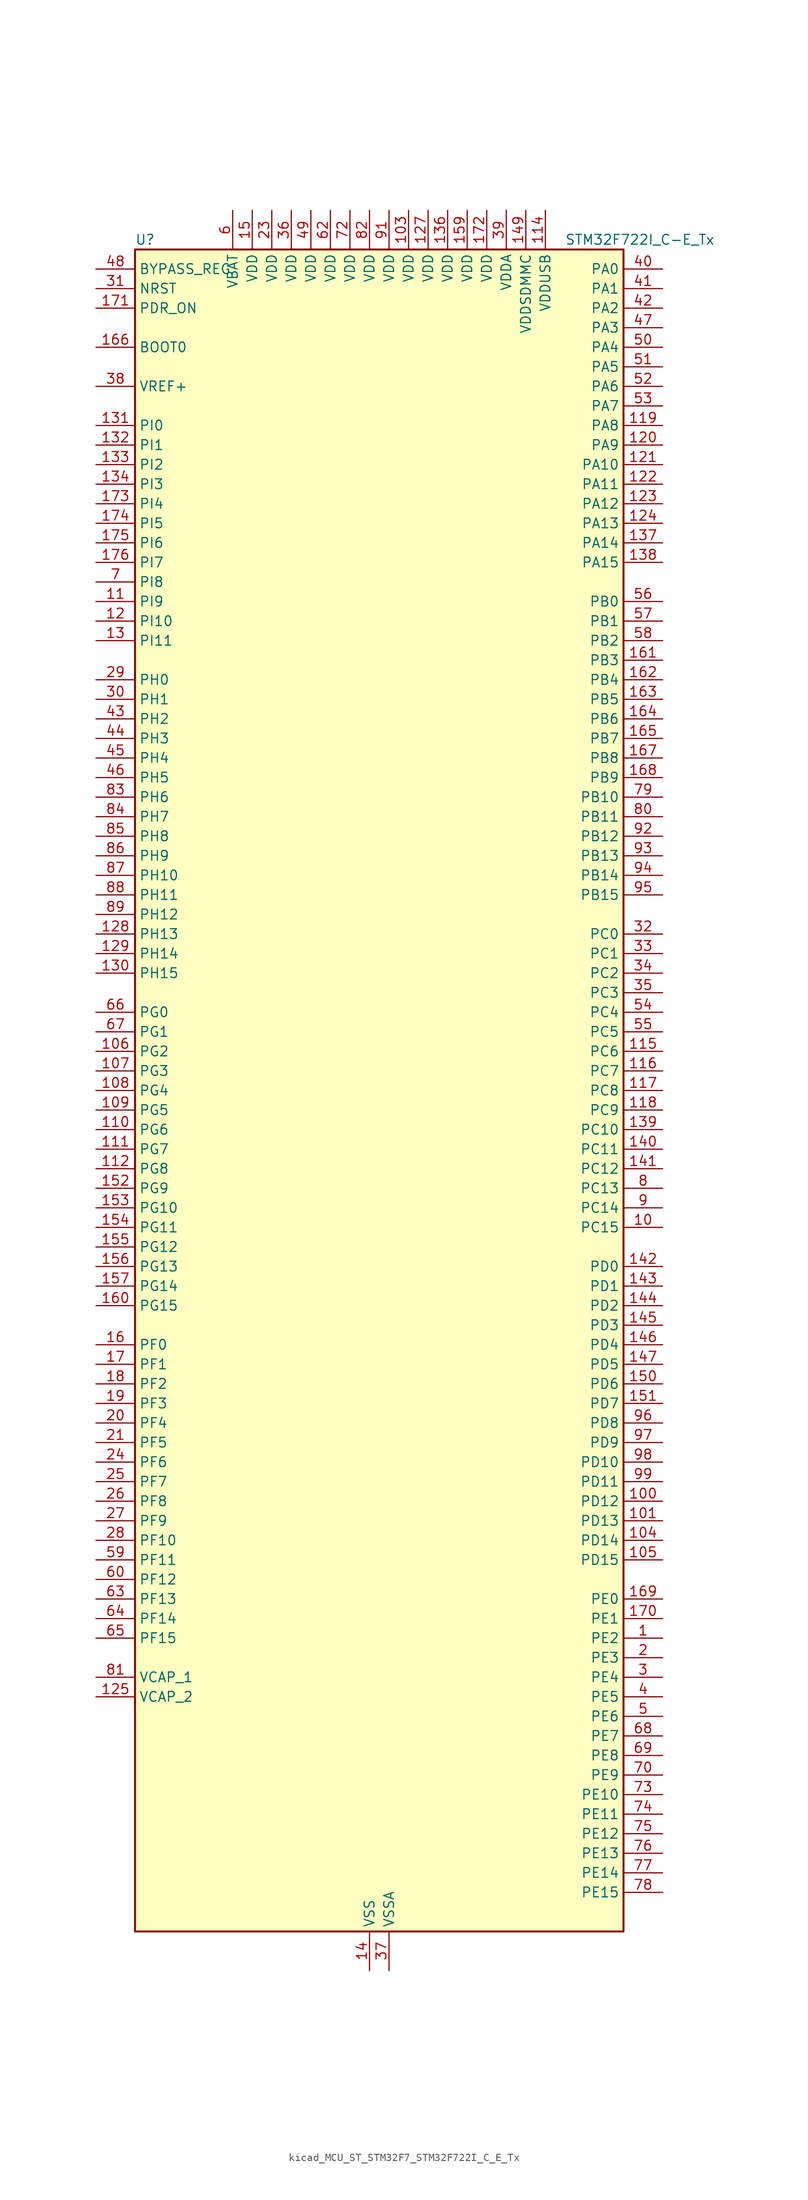
<source format=kicad_sym>
(kicad_symbol_lib
  (version 20220914)
  (generator kicad_symbol_editor)
  (symbol "kicad_MCU_ST_STM32F7_STM32F722I_C_E_Tx"
    (property "Reference" "U"
      (at -30.48 110.49 0)
      (effects (font (size 1.27 1.27)) (justify left)))
    (property "Value" "STM32F722I_C-E_Tx"
      (at 25.4 110.49 0)
      (effects (font (size 1.27 1.27)) (justify left)))
    (property "ki_locked" ""
      (at 0 0 0)
      (effects (font (size 1.27 1.27))))
    (symbol "kicad_MCU_ST_STM32F7_STM32F722I_C_E_Tx_0_1"
      (rectangle (start -30.48 -109.22) (end 33.02 109.22) (stroke (width 0.254) (type default)) (fill (type background))))
    (symbol "kicad_MCU_ST_STM32F7_STM32F722I_C_E_Tx_1_1"
      (pin bidirectional line (at 38.1 -71.12 180) (length 5.08) (name "PE2" (effects (font (size 1.27 1.27)))) (number "1" (effects (font (size 1.27 1.27)))) (alternate "FMC_A23" bidirectional line) (alternate "QUADSPI_BK1_IO2" bidirectional line) (alternate "SAI1_MCLK_A" bidirectional line) (alternate "SPI4_SCK" bidirectional line) (alternate "SYS_TRACECLK" bidirectional line))
      (pin bidirectional line (at 38.1 -17.78 180) (length 5.08) (name "PC15" (effects (font (size 1.27 1.27)))) (number "10" (effects (font (size 1.27 1.27)))) (alternate "RCC_OSC32_OUT" bidirectional line))
      (pin bidirectional line (at 38.1 -53.34 180) (length 5.08) (name "PD12" (effects (font (size 1.27 1.27)))) (number "100" (effects (font (size 1.27 1.27)))) (alternate "FMC_A17" bidirectional line) (alternate "FMC_ALE" bidirectional line) (alternate "LPTIM1_IN1" bidirectional line) (alternate "QUADSPI_BK1_IO1" bidirectional line) (alternate "SAI2_FS_A" bidirectional line) (alternate "TIM4_CH1" bidirectional line) (alternate "USART3_DE" bidirectional line) (alternate "USART3_RTS" bidirectional line))
      (pin bidirectional line (at 38.1 -55.88 180) (length 5.08) (name "PD13" (effects (font (size 1.27 1.27)))) (number "101" (effects (font (size 1.27 1.27)))) (alternate "FMC_A18" bidirectional line) (alternate "LPTIM1_OUT" bidirectional line) (alternate "QUADSPI_BK1_IO3" bidirectional line) (alternate "SAI2_SCK_A" bidirectional line) (alternate "TIM4_CH2" bidirectional line))
      (pin passive line (at 0 -114.3 90) (length 5.08) hide (name "VSS" (effects (font (size 1.27 1.27)))) (number "102" (effects (font (size 1.27 1.27)))))
      (pin power_in line (at 5.08 114.3 270) (length 5.08) (name "VDD" (effects (font (size 1.27 1.27)))) (number "103" (effects (font (size 1.27 1.27)))))
      (pin bidirectional line (at 38.1 -58.42 180) (length 5.08) (name "PD14" (effects (font (size 1.27 1.27)))) (number "104" (effects (font (size 1.27 1.27)))) (alternate "FMC_D0" bidirectional line) (alternate "FMC_DA0" bidirectional line) (alternate "TIM4_CH3" bidirectional line) (alternate "UART8_CTS" bidirectional line))
      (pin bidirectional line (at 38.1 -60.96 180) (length 5.08) (name "PD15" (effects (font (size 1.27 1.27)))) (number "105" (effects (font (size 1.27 1.27)))) (alternate "FMC_D1" bidirectional line) (alternate "FMC_DA1" bidirectional line) (alternate "TIM4_CH4" bidirectional line) (alternate "UART8_DE" bidirectional line) (alternate "UART8_RTS" bidirectional line))
      (pin bidirectional line (at -35.56 5.08 0) (length 5.08) (name "PG2" (effects (font (size 1.27 1.27)))) (number "106" (effects (font (size 1.27 1.27)))) (alternate "FMC_A12" bidirectional line))
      (pin bidirectional line (at -35.56 2.54 0) (length 5.08) (name "PG3" (effects (font (size 1.27 1.27)))) (number "107" (effects (font (size 1.27 1.27)))) (alternate "FMC_A13" bidirectional line))
      (pin bidirectional line (at -35.56 0 0) (length 5.08) (name "PG4" (effects (font (size 1.27 1.27)))) (number "108" (effects (font (size 1.27 1.27)))) (alternate "FMC_A14" bidirectional line) (alternate "FMC_BA0" bidirectional line))
      (pin bidirectional line (at -35.56 -2.54 0) (length 5.08) (name "PG5" (effects (font (size 1.27 1.27)))) (number "109" (effects (font (size 1.27 1.27)))) (alternate "FMC_A15" bidirectional line) (alternate "FMC_BA1" bidirectional line))
      (pin bidirectional line (at -35.56 63.5 0) (length 5.08) (name "PI9" (effects (font (size 1.27 1.27)))) (number "11" (effects (font (size 1.27 1.27)))) (alternate "CAN1_RX" bidirectional line) (alternate "DAC_EXTI9" bidirectional line) (alternate "FMC_D30" bidirectional line) (alternate "UART4_RX" bidirectional line))
      (pin bidirectional line (at -35.56 -5.08 0) (length 5.08) (name "PG6" (effects (font (size 1.27 1.27)))) (number "110" (effects (font (size 1.27 1.27)))))
      (pin bidirectional line (at -35.56 -7.62 0) (length 5.08) (name "PG7" (effects (font (size 1.27 1.27)))) (number "111" (effects (font (size 1.27 1.27)))) (alternate "FMC_INT" bidirectional line) (alternate "USART6_CK" bidirectional line))
      (pin bidirectional line (at -35.56 -10.16 0) (length 5.08) (name "PG8" (effects (font (size 1.27 1.27)))) (number "112" (effects (font (size 1.27 1.27)))) (alternate "FMC_SDCLK" bidirectional line) (alternate "USART6_DE" bidirectional line) (alternate "USART6_RTS" bidirectional line))
      (pin passive line (at 0 -114.3 90) (length 5.08) hide (name "VSS" (effects (font (size 1.27 1.27)))) (number "113" (effects (font (size 1.27 1.27)))))
      (pin power_in line (at 22.86 114.3 270) (length 5.08) (name "VDDUSB" (effects (font (size 1.27 1.27)))) (number "114" (effects (font (size 1.27 1.27)))))
      (pin bidirectional line (at 38.1 5.08 180) (length 5.08) (name "PC6" (effects (font (size 1.27 1.27)))) (number "115" (effects (font (size 1.27 1.27)))) (alternate "I2S2_MCK" bidirectional line) (alternate "SDMMC1_D6" bidirectional line) (alternate "SDMMC2_D6" bidirectional line) (alternate "TIM3_CH1" bidirectional line) (alternate "TIM8_CH1" bidirectional line) (alternate "USART6_TX" bidirectional line))
      (pin bidirectional line (at 38.1 2.54 180) (length 5.08) (name "PC7" (effects (font (size 1.27 1.27)))) (number "116" (effects (font (size 1.27 1.27)))) (alternate "I2S3_MCK" bidirectional line) (alternate "SDMMC1_D7" bidirectional line) (alternate "SDMMC2_D7" bidirectional line) (alternate "TIM3_CH2" bidirectional line) (alternate "TIM8_CH2" bidirectional line) (alternate "USART6_RX" bidirectional line))
      (pin bidirectional line (at 38.1 0 180) (length 5.08) (name "PC8" (effects (font (size 1.27 1.27)))) (number "117" (effects (font (size 1.27 1.27)))) (alternate "SDMMC1_D0" bidirectional line) (alternate "SYS_TRACED1" bidirectional line) (alternate "TIM3_CH3" bidirectional line) (alternate "TIM8_CH3" bidirectional line) (alternate "UART5_DE" bidirectional line) (alternate "UART5_RTS" bidirectional line) (alternate "USART6_CK" bidirectional line))
      (pin bidirectional line (at 38.1 -2.54 180) (length 5.08) (name "PC9" (effects (font (size 1.27 1.27)))) (number "118" (effects (font (size 1.27 1.27)))) (alternate "DAC_EXTI9" bidirectional line) (alternate "I2C3_SDA" bidirectional line) (alternate "I2S_CKIN" bidirectional line) (alternate "QUADSPI_BK1_IO0" bidirectional line) (alternate "RCC_MCO_2" bidirectional line) (alternate "SDMMC1_D1" bidirectional line) (alternate "TIM3_CH4" bidirectional line) (alternate "TIM8_CH4" bidirectional line) (alternate "UART5_CTS" bidirectional line))
      (pin bidirectional line (at 38.1 86.36 180) (length 5.08) (name "PA8" (effects (font (size 1.27 1.27)))) (number "119" (effects (font (size 1.27 1.27)))) (alternate "I2C3_SCL" bidirectional line) (alternate "RCC_MCO_1" bidirectional line) (alternate "TIM1_CH1" bidirectional line) (alternate "TIM8_BKIN2" bidirectional line) (alternate "USART1_CK" bidirectional line) (alternate "USB_OTG_FS_SOF" bidirectional line))
      (pin bidirectional line (at -35.56 60.96 0) (length 5.08) (name "PI10" (effects (font (size 1.27 1.27)))) (number "12" (effects (font (size 1.27 1.27)))) (alternate "FMC_D31" bidirectional line))
      (pin bidirectional line (at 38.1 83.82 180) (length 5.08) (name "PA9" (effects (font (size 1.27 1.27)))) (number "120" (effects (font (size 1.27 1.27)))) (alternate "DAC_EXTI9" bidirectional line) (alternate "I2C3_SMBA" bidirectional line) (alternate "I2S2_CK" bidirectional line) (alternate "SPI2_SCK" bidirectional line) (alternate "TIM1_CH2" bidirectional line) (alternate "USART1_TX" bidirectional line) (alternate "USB_OTG_FS_VBUS" bidirectional line))
      (pin bidirectional line (at 38.1 81.28 180) (length 5.08) (name "PA10" (effects (font (size 1.27 1.27)))) (number "121" (effects (font (size 1.27 1.27)))) (alternate "TIM1_CH3" bidirectional line) (alternate "USART1_RX" bidirectional line) (alternate "USB_OTG_FS_ID" bidirectional line))
      (pin bidirectional line (at 38.1 78.74 180) (length 5.08) (name "PA11" (effects (font (size 1.27 1.27)))) (number "122" (effects (font (size 1.27 1.27)))) (alternate "ADC1_EXTI11" bidirectional line) (alternate "ADC2_EXTI11" bidirectional line) (alternate "ADC3_EXTI11" bidirectional line) (alternate "CAN1_RX" bidirectional line) (alternate "TIM1_CH4" bidirectional line) (alternate "USART1_CTS" bidirectional line) (alternate "USB_OTG_FS_DM" bidirectional line))
      (pin bidirectional line (at 38.1 76.2 180) (length 5.08) (name "PA12" (effects (font (size 1.27 1.27)))) (number "123" (effects (font (size 1.27 1.27)))) (alternate "CAN1_TX" bidirectional line) (alternate "SAI2_FS_B" bidirectional line) (alternate "TIM1_ETR" bidirectional line) (alternate "USART1_DE" bidirectional line) (alternate "USART1_RTS" bidirectional line) (alternate "USB_OTG_FS_DP" bidirectional line))
      (pin bidirectional line (at 38.1 73.66 180) (length 5.08) (name "PA13" (effects (font (size 1.27 1.27)))) (number "124" (effects (font (size 1.27 1.27)))) (alternate "SYS_JTMS-SWDIO" bidirectional line))
      (pin power_out line (at -35.56 -78.74 0) (length 5.08) (name "VCAP_2" (effects (font (size 1.27 1.27)))) (number "125" (effects (font (size 1.27 1.27)))))
      (pin passive line (at 0 -114.3 90) (length 5.08) hide (name "VSS" (effects (font (size 1.27 1.27)))) (number "126" (effects (font (size 1.27 1.27)))))
      (pin power_in line (at 7.62 114.3 270) (length 5.08) (name "VDD" (effects (font (size 1.27 1.27)))) (number "127" (effects (font (size 1.27 1.27)))))
      (pin bidirectional line (at -35.56 20.32 0) (length 5.08) (name "PH13" (effects (font (size 1.27 1.27)))) (number "128" (effects (font (size 1.27 1.27)))) (alternate "CAN1_TX" bidirectional line) (alternate "FMC_D21" bidirectional line) (alternate "TIM8_CH1N" bidirectional line) (alternate "UART4_TX" bidirectional line))
      (pin bidirectional line (at -35.56 17.78 0) (length 5.08) (name "PH14" (effects (font (size 1.27 1.27)))) (number "129" (effects (font (size 1.27 1.27)))) (alternate "CAN1_RX" bidirectional line) (alternate "FMC_D22" bidirectional line) (alternate "TIM8_CH2N" bidirectional line) (alternate "UART4_RX" bidirectional line))
      (pin bidirectional line (at -35.56 58.42 0) (length 5.08) (name "PI11" (effects (font (size 1.27 1.27)))) (number "13" (effects (font (size 1.27 1.27)))) (alternate "ADC1_EXTI11" bidirectional line) (alternate "ADC2_EXTI11" bidirectional line) (alternate "ADC3_EXTI11" bidirectional line) (alternate "SYS_WKUP6" bidirectional line) (alternate "USB_OTG_HS_ULPI_DIR" bidirectional line))
      (pin bidirectional line (at -35.56 15.24 0) (length 5.08) (name "PH15" (effects (font (size 1.27 1.27)))) (number "130" (effects (font (size 1.27 1.27)))) (alternate "FMC_D23" bidirectional line) (alternate "TIM8_CH3N" bidirectional line))
      (pin bidirectional line (at -35.56 86.36 0) (length 5.08) (name "PI0" (effects (font (size 1.27 1.27)))) (number "131" (effects (font (size 1.27 1.27)))) (alternate "FMC_D24" bidirectional line) (alternate "I2S2_WS" bidirectional line) (alternate "SPI2_NSS" bidirectional line) (alternate "TIM5_CH4" bidirectional line))
      (pin bidirectional line (at -35.56 83.82 0) (length 5.08) (name "PI1" (effects (font (size 1.27 1.27)))) (number "132" (effects (font (size 1.27 1.27)))) (alternate "FMC_D25" bidirectional line) (alternate "I2S2_CK" bidirectional line) (alternate "SPI2_SCK" bidirectional line) (alternate "TIM8_BKIN2" bidirectional line))
      (pin bidirectional line (at -35.56 81.28 0) (length 5.08) (name "PI2" (effects (font (size 1.27 1.27)))) (number "133" (effects (font (size 1.27 1.27)))) (alternate "FMC_D26" bidirectional line) (alternate "SPI2_MISO" bidirectional line) (alternate "TIM8_CH4" bidirectional line))
      (pin bidirectional line (at -35.56 78.74 0) (length 5.08) (name "PI3" (effects (font (size 1.27 1.27)))) (number "134" (effects (font (size 1.27 1.27)))) (alternate "FMC_D27" bidirectional line) (alternate "I2S2_SD" bidirectional line) (alternate "SPI2_MOSI" bidirectional line) (alternate "TIM8_ETR" bidirectional line))
      (pin passive line (at 0 -114.3 90) (length 5.08) hide (name "VSS" (effects (font (size 1.27 1.27)))) (number "135" (effects (font (size 1.27 1.27)))))
      (pin power_in line (at 10.16 114.3 270) (length 5.08) (name "VDD" (effects (font (size 1.27 1.27)))) (number "136" (effects (font (size 1.27 1.27)))))
      (pin bidirectional line (at 38.1 71.12 180) (length 5.08) (name "PA14" (effects (font (size 1.27 1.27)))) (number "137" (effects (font (size 1.27 1.27)))) (alternate "SYS_JTCK-SWCLK" bidirectional line))
      (pin bidirectional line (at 38.1 68.58 180) (length 5.08) (name "PA15" (effects (font (size 1.27 1.27)))) (number "138" (effects (font (size 1.27 1.27)))) (alternate "I2S1_WS" bidirectional line) (alternate "I2S3_WS" bidirectional line) (alternate "SPI1_NSS" bidirectional line) (alternate "SPI3_NSS" bidirectional line) (alternate "SYS_JTDI" bidirectional line) (alternate "TIM2_CH1" bidirectional line) (alternate "TIM2_ETR" bidirectional line) (alternate "UART4_DE" bidirectional line) (alternate "UART4_RTS" bidirectional line))
      (pin bidirectional line (at 38.1 -5.08 180) (length 5.08) (name "PC10" (effects (font (size 1.27 1.27)))) (number "139" (effects (font (size 1.27 1.27)))) (alternate "I2S3_CK" bidirectional line) (alternate "QUADSPI_BK1_IO1" bidirectional line) (alternate "SDMMC1_D2" bidirectional line) (alternate "SPI3_SCK" bidirectional line) (alternate "UART4_TX" bidirectional line) (alternate "USART3_TX" bidirectional line))
      (pin power_in line (at 0 -114.3 90) (length 5.08) (name "VSS" (effects (font (size 1.27 1.27)))) (number "14" (effects (font (size 1.27 1.27)))))
      (pin bidirectional line (at 38.1 -7.62 180) (length 5.08) (name "PC11" (effects (font (size 1.27 1.27)))) (number "140" (effects (font (size 1.27 1.27)))) (alternate "ADC1_EXTI11" bidirectional line) (alternate "ADC2_EXTI11" bidirectional line) (alternate "ADC3_EXTI11" bidirectional line) (alternate "QUADSPI_BK2_NCS" bidirectional line) (alternate "SDMMC1_D3" bidirectional line) (alternate "SPI3_MISO" bidirectional line) (alternate "UART4_RX" bidirectional line) (alternate "USART3_RX" bidirectional line))
      (pin bidirectional line (at 38.1 -10.16 180) (length 5.08) (name "PC12" (effects (font (size 1.27 1.27)))) (number "141" (effects (font (size 1.27 1.27)))) (alternate "I2S3_SD" bidirectional line) (alternate "SDMMC1_CK" bidirectional line) (alternate "SPI3_MOSI" bidirectional line) (alternate "SYS_TRACED3" bidirectional line) (alternate "UART5_TX" bidirectional line) (alternate "USART3_CK" bidirectional line))
      (pin bidirectional line (at 38.1 -22.86 180) (length 5.08) (name "PD0" (effects (font (size 1.27 1.27)))) (number "142" (effects (font (size 1.27 1.27)))) (alternate "CAN1_RX" bidirectional line) (alternate "FMC_D2" bidirectional line) (alternate "FMC_DA2" bidirectional line))
      (pin bidirectional line (at 38.1 -25.4 180) (length 5.08) (name "PD1" (effects (font (size 1.27 1.27)))) (number "143" (effects (font (size 1.27 1.27)))) (alternate "CAN1_TX" bidirectional line) (alternate "FMC_D3" bidirectional line) (alternate "FMC_DA3" bidirectional line))
      (pin bidirectional line (at 38.1 -27.94 180) (length 5.08) (name "PD2" (effects (font (size 1.27 1.27)))) (number "144" (effects (font (size 1.27 1.27)))) (alternate "SDMMC1_CMD" bidirectional line) (alternate "SYS_TRACED2" bidirectional line) (alternate "TIM3_ETR" bidirectional line) (alternate "UART5_RX" bidirectional line))
      (pin bidirectional line (at 38.1 -30.48 180) (length 5.08) (name "PD3" (effects (font (size 1.27 1.27)))) (number "145" (effects (font (size 1.27 1.27)))) (alternate "FMC_CLK" bidirectional line) (alternate "I2S2_CK" bidirectional line) (alternate "SPI2_SCK" bidirectional line) (alternate "USART2_CTS" bidirectional line))
      (pin bidirectional line (at 38.1 -33.02 180) (length 5.08) (name "PD4" (effects (font (size 1.27 1.27)))) (number "146" (effects (font (size 1.27 1.27)))) (alternate "FMC_NOE" bidirectional line) (alternate "USART2_DE" bidirectional line) (alternate "USART2_RTS" bidirectional line))
      (pin bidirectional line (at 38.1 -35.56 180) (length 5.08) (name "PD5" (effects (font (size 1.27 1.27)))) (number "147" (effects (font (size 1.27 1.27)))) (alternate "FMC_NWE" bidirectional line) (alternate "USART2_TX" bidirectional line))
      (pin passive line (at 0 -114.3 90) (length 5.08) hide (name "VSS" (effects (font (size 1.27 1.27)))) (number "148" (effects (font (size 1.27 1.27)))))
      (pin power_in line (at 20.32 114.3 270) (length 5.08) (name "VDDSDMMC" (effects (font (size 1.27 1.27)))) (number "149" (effects (font (size 1.27 1.27)))))
      (pin power_in line (at -15.24 114.3 270) (length 5.08) (name "VDD" (effects (font (size 1.27 1.27)))) (number "15" (effects (font (size 1.27 1.27)))))
      (pin bidirectional line (at 38.1 -38.1 180) (length 5.08) (name "PD6" (effects (font (size 1.27 1.27)))) (number "150" (effects (font (size 1.27 1.27)))) (alternate "FMC_NWAIT" bidirectional line) (alternate "I2S3_SD" bidirectional line) (alternate "SAI1_SD_A" bidirectional line) (alternate "SDMMC2_CK" bidirectional line) (alternate "SPI3_MOSI" bidirectional line) (alternate "USART2_RX" bidirectional line))
      (pin bidirectional line (at 38.1 -40.64 180) (length 5.08) (name "PD7" (effects (font (size 1.27 1.27)))) (number "151" (effects (font (size 1.27 1.27)))) (alternate "FMC_NE1" bidirectional line) (alternate "SDMMC2_CMD" bidirectional line) (alternate "USART2_CK" bidirectional line))
      (pin bidirectional line (at -35.56 -12.7 0) (length 5.08) (name "PG9" (effects (font (size 1.27 1.27)))) (number "152" (effects (font (size 1.27 1.27)))) (alternate "DAC_EXTI9" bidirectional line) (alternate "FMC_NCE" bidirectional line) (alternate "FMC_NE2" bidirectional line) (alternate "QUADSPI_BK2_IO2" bidirectional line) (alternate "SAI2_FS_B" bidirectional line) (alternate "SDMMC2_D0" bidirectional line) (alternate "USART6_RX" bidirectional line))
      (pin bidirectional line (at -35.56 -15.24 0) (length 5.08) (name "PG10" (effects (font (size 1.27 1.27)))) (number "153" (effects (font (size 1.27 1.27)))) (alternate "FMC_NE3" bidirectional line) (alternate "SAI2_SD_B" bidirectional line) (alternate "SDMMC2_D1" bidirectional line))
      (pin bidirectional line (at -35.56 -17.78 0) (length 5.08) (name "PG11" (effects (font (size 1.27 1.27)))) (number "154" (effects (font (size 1.27 1.27)))) (alternate "ADC1_EXTI11" bidirectional line) (alternate "ADC2_EXTI11" bidirectional line) (alternate "ADC3_EXTI11" bidirectional line) (alternate "FMC_INT" bidirectional line) (alternate "SDMMC2_D2" bidirectional line))
      (pin bidirectional line (at -35.56 -20.32 0) (length 5.08) (name "PG12" (effects (font (size 1.27 1.27)))) (number "155" (effects (font (size 1.27 1.27)))) (alternate "FMC_NE4" bidirectional line) (alternate "LPTIM1_IN1" bidirectional line) (alternate "SDMMC2_D3" bidirectional line) (alternate "USART6_DE" bidirectional line) (alternate "USART6_RTS" bidirectional line))
      (pin bidirectional line (at -35.56 -22.86 0) (length 5.08) (name "PG13" (effects (font (size 1.27 1.27)))) (number "156" (effects (font (size 1.27 1.27)))) (alternate "FMC_A24" bidirectional line) (alternate "LPTIM1_OUT" bidirectional line) (alternate "SYS_TRACED0" bidirectional line) (alternate "USART6_CTS" bidirectional line))
      (pin bidirectional line (at -35.56 -25.4 0) (length 5.08) (name "PG14" (effects (font (size 1.27 1.27)))) (number "157" (effects (font (size 1.27 1.27)))) (alternate "FMC_A25" bidirectional line) (alternate "LPTIM1_ETR" bidirectional line) (alternate "QUADSPI_BK2_IO3" bidirectional line) (alternate "SYS_TRACED1" bidirectional line) (alternate "USART6_TX" bidirectional line))
      (pin passive line (at 0 -114.3 90) (length 5.08) hide (name "VSS" (effects (font (size 1.27 1.27)))) (number "158" (effects (font (size 1.27 1.27)))))
      (pin power_in line (at 12.7 114.3 270) (length 5.08) (name "VDD" (effects (font (size 1.27 1.27)))) (number "159" (effects (font (size 1.27 1.27)))))
      (pin bidirectional line (at -35.56 -33.02 0) (length 5.08) (name "PF0" (effects (font (size 1.27 1.27)))) (number "16" (effects (font (size 1.27 1.27)))) (alternate "FMC_A0" bidirectional line) (alternate "I2C2_SDA" bidirectional line))
      (pin bidirectional line (at -35.56 -27.94 0) (length 5.08) (name "PG15" (effects (font (size 1.27 1.27)))) (number "160" (effects (font (size 1.27 1.27)))) (alternate "FMC_SDNCAS" bidirectional line) (alternate "USART6_CTS" bidirectional line))
      (pin bidirectional line (at 38.1 55.88 180) (length 5.08) (name "PB3" (effects (font (size 1.27 1.27)))) (number "161" (effects (font (size 1.27 1.27)))) (alternate "I2S1_CK" bidirectional line) (alternate "I2S3_CK" bidirectional line) (alternate "SDMMC2_D2" bidirectional line) (alternate "SPI1_SCK" bidirectional line) (alternate "SPI3_SCK" bidirectional line) (alternate "SYS_JTDO-SWO" bidirectional line) (alternate "TIM2_CH2" bidirectional line))
      (pin bidirectional line (at 38.1 53.34 180) (length 5.08) (name "PB4" (effects (font (size 1.27 1.27)))) (number "162" (effects (font (size 1.27 1.27)))) (alternate "I2S2_WS" bidirectional line) (alternate "SDMMC2_D3" bidirectional line) (alternate "SPI1_MISO" bidirectional line) (alternate "SPI2_NSS" bidirectional line) (alternate "SPI3_MISO" bidirectional line) (alternate "SYS_JTRST" bidirectional line) (alternate "TIM3_CH1" bidirectional line))
      (pin bidirectional line (at 38.1 50.8 180) (length 5.08) (name "PB5" (effects (font (size 1.27 1.27)))) (number "163" (effects (font (size 1.27 1.27)))) (alternate "FMC_SDCKE1" bidirectional line) (alternate "I2C1_SMBA" bidirectional line) (alternate "I2S1_SD" bidirectional line) (alternate "I2S3_SD" bidirectional line) (alternate "SPI1_MOSI" bidirectional line) (alternate "SPI3_MOSI" bidirectional line) (alternate "TIM3_CH2" bidirectional line) (alternate "USB_OTG_HS_ULPI_D7" bidirectional line))
      (pin bidirectional line (at 38.1 48.26 180) (length 5.08) (name "PB6" (effects (font (size 1.27 1.27)))) (number "164" (effects (font (size 1.27 1.27)))) (alternate "FMC_SDNE1" bidirectional line) (alternate "I2C1_SCL" bidirectional line) (alternate "QUADSPI_BK1_NCS" bidirectional line) (alternate "TIM4_CH1" bidirectional line) (alternate "USART1_TX" bidirectional line))
      (pin bidirectional line (at 38.1 45.72 180) (length 5.08) (name "PB7" (effects (font (size 1.27 1.27)))) (number "165" (effects (font (size 1.27 1.27)))) (alternate "FMC_NL" bidirectional line) (alternate "I2C1_SDA" bidirectional line) (alternate "TIM4_CH2" bidirectional line) (alternate "USART1_RX" bidirectional line))
      (pin input line (at -35.56 96.52 0) (length 5.08) (name "BOOT0" (effects (font (size 1.27 1.27)))) (number "166" (effects (font (size 1.27 1.27)))))
      (pin bidirectional line (at 38.1 43.18 180) (length 5.08) (name "PB8" (effects (font (size 1.27 1.27)))) (number "167" (effects (font (size 1.27 1.27)))) (alternate "CAN1_RX" bidirectional line) (alternate "I2C1_SCL" bidirectional line) (alternate "SDMMC1_D4" bidirectional line) (alternate "SDMMC2_D4" bidirectional line) (alternate "TIM10_CH1" bidirectional line) (alternate "TIM4_CH3" bidirectional line))
      (pin bidirectional line (at 38.1 40.64 180) (length 5.08) (name "PB9" (effects (font (size 1.27 1.27)))) (number "168" (effects (font (size 1.27 1.27)))) (alternate "CAN1_TX" bidirectional line) (alternate "DAC_EXTI9" bidirectional line) (alternate "I2C1_SDA" bidirectional line) (alternate "I2S2_WS" bidirectional line) (alternate "SDMMC1_D5" bidirectional line) (alternate "SDMMC2_D5" bidirectional line) (alternate "SPI2_NSS" bidirectional line) (alternate "TIM11_CH1" bidirectional line) (alternate "TIM4_CH4" bidirectional line))
      (pin bidirectional line (at 38.1 -66.04 180) (length 5.08) (name "PE0" (effects (font (size 1.27 1.27)))) (number "169" (effects (font (size 1.27 1.27)))) (alternate "FMC_NBL0" bidirectional line) (alternate "LPTIM1_ETR" bidirectional line) (alternate "SAI2_MCLK_A" bidirectional line) (alternate "TIM4_ETR" bidirectional line) (alternate "UART8_RX" bidirectional line))
      (pin bidirectional line (at -35.56 -35.56 0) (length 5.08) (name "PF1" (effects (font (size 1.27 1.27)))) (number "17" (effects (font (size 1.27 1.27)))) (alternate "FMC_A1" bidirectional line) (alternate "I2C2_SCL" bidirectional line))
      (pin bidirectional line (at 38.1 -68.58 180) (length 5.08) (name "PE1" (effects (font (size 1.27 1.27)))) (number "170" (effects (font (size 1.27 1.27)))) (alternate "FMC_NBL1" bidirectional line) (alternate "LPTIM1_IN2" bidirectional line) (alternate "UART8_TX" bidirectional line))
      (pin input line (at -35.56 101.6 0) (length 5.08) (name "PDR_ON" (effects (font (size 1.27 1.27)))) (number "171" (effects (font (size 1.27 1.27)))))
      (pin power_in line (at 15.24 114.3 270) (length 5.08) (name "VDD" (effects (font (size 1.27 1.27)))) (number "172" (effects (font (size 1.27 1.27)))))
      (pin bidirectional line (at -35.56 76.2 0) (length 5.08) (name "PI4" (effects (font (size 1.27 1.27)))) (number "173" (effects (font (size 1.27 1.27)))) (alternate "FMC_NBL2" bidirectional line) (alternate "SAI2_MCLK_A" bidirectional line) (alternate "TIM8_BKIN" bidirectional line))
      (pin bidirectional line (at -35.56 73.66 0) (length 5.08) (name "PI5" (effects (font (size 1.27 1.27)))) (number "174" (effects (font (size 1.27 1.27)))) (alternate "FMC_NBL3" bidirectional line) (alternate "SAI2_SCK_A" bidirectional line) (alternate "TIM8_CH1" bidirectional line))
      (pin bidirectional line (at -35.56 71.12 0) (length 5.08) (name "PI6" (effects (font (size 1.27 1.27)))) (number "175" (effects (font (size 1.27 1.27)))) (alternate "FMC_D28" bidirectional line) (alternate "SAI2_SD_A" bidirectional line) (alternate "TIM8_CH2" bidirectional line))
      (pin bidirectional line (at -35.56 68.58 0) (length 5.08) (name "PI7" (effects (font (size 1.27 1.27)))) (number "176" (effects (font (size 1.27 1.27)))) (alternate "FMC_D29" bidirectional line) (alternate "SAI2_FS_A" bidirectional line) (alternate "TIM8_CH3" bidirectional line))
      (pin bidirectional line (at -35.56 -38.1 0) (length 5.08) (name "PF2" (effects (font (size 1.27 1.27)))) (number "18" (effects (font (size 1.27 1.27)))) (alternate "FMC_A2" bidirectional line) (alternate "I2C2_SMBA" bidirectional line))
      (pin bidirectional line (at -35.56 -40.64 0) (length 5.08) (name "PF3" (effects (font (size 1.27 1.27)))) (number "19" (effects (font (size 1.27 1.27)))) (alternate "ADC3_IN9" bidirectional line) (alternate "FMC_A3" bidirectional line))
      (pin bidirectional line (at 38.1 -73.66 180) (length 5.08) (name "PE3" (effects (font (size 1.27 1.27)))) (number "2" (effects (font (size 1.27 1.27)))) (alternate "FMC_A19" bidirectional line) (alternate "SAI1_SD_B" bidirectional line) (alternate "SYS_TRACED0" bidirectional line))
      (pin bidirectional line (at -35.56 -43.18 0) (length 5.08) (name "PF4" (effects (font (size 1.27 1.27)))) (number "20" (effects (font (size 1.27 1.27)))) (alternate "ADC3_IN14" bidirectional line) (alternate "FMC_A4" bidirectional line))
      (pin bidirectional line (at -35.56 -45.72 0) (length 5.08) (name "PF5" (effects (font (size 1.27 1.27)))) (number "21" (effects (font (size 1.27 1.27)))) (alternate "ADC3_IN15" bidirectional line) (alternate "FMC_A5" bidirectional line))
      (pin passive line (at 0 -114.3 90) (length 5.08) hide (name "VSS" (effects (font (size 1.27 1.27)))) (number "22" (effects (font (size 1.27 1.27)))))
      (pin power_in line (at -12.7 114.3 270) (length 5.08) (name "VDD" (effects (font (size 1.27 1.27)))) (number "23" (effects (font (size 1.27 1.27)))))
      (pin bidirectional line (at -35.56 -48.26 0) (length 5.08) (name "PF6" (effects (font (size 1.27 1.27)))) (number "24" (effects (font (size 1.27 1.27)))) (alternate "ADC3_IN4" bidirectional line) (alternate "QUADSPI_BK1_IO3" bidirectional line) (alternate "SAI1_SD_B" bidirectional line) (alternate "SPI5_NSS" bidirectional line) (alternate "TIM10_CH1" bidirectional line) (alternate "UART7_RX" bidirectional line))
      (pin bidirectional line (at -35.56 -50.8 0) (length 5.08) (name "PF7" (effects (font (size 1.27 1.27)))) (number "25" (effects (font (size 1.27 1.27)))) (alternate "ADC3_IN5" bidirectional line) (alternate "QUADSPI_BK1_IO2" bidirectional line) (alternate "SAI1_MCLK_B" bidirectional line) (alternate "SPI5_SCK" bidirectional line) (alternate "TIM11_CH1" bidirectional line) (alternate "UART7_TX" bidirectional line))
      (pin bidirectional line (at -35.56 -53.34 0) (length 5.08) (name "PF8" (effects (font (size 1.27 1.27)))) (number "26" (effects (font (size 1.27 1.27)))) (alternate "ADC3_IN6" bidirectional line) (alternate "QUADSPI_BK1_IO0" bidirectional line) (alternate "SAI1_SCK_B" bidirectional line) (alternate "SPI5_MISO" bidirectional line) (alternate "TIM13_CH1" bidirectional line) (alternate "UART7_DE" bidirectional line) (alternate "UART7_RTS" bidirectional line))
      (pin bidirectional line (at -35.56 -55.88 0) (length 5.08) (name "PF9" (effects (font (size 1.27 1.27)))) (number "27" (effects (font (size 1.27 1.27)))) (alternate "ADC3_IN7" bidirectional line) (alternate "DAC_EXTI9" bidirectional line) (alternate "QUADSPI_BK1_IO1" bidirectional line) (alternate "SAI1_FS_B" bidirectional line) (alternate "SPI5_MOSI" bidirectional line) (alternate "TIM14_CH1" bidirectional line) (alternate "UART7_CTS" bidirectional line))
      (pin bidirectional line (at -35.56 -58.42 0) (length 5.08) (name "PF10" (effects (font (size 1.27 1.27)))) (number "28" (effects (font (size 1.27 1.27)))) (alternate "ADC3_IN8" bidirectional line))
      (pin bidirectional line (at -35.56 53.34 0) (length 5.08) (name "PH0" (effects (font (size 1.27 1.27)))) (number "29" (effects (font (size 1.27 1.27)))) (alternate "RCC_OSC_IN" bidirectional line))
      (pin bidirectional line (at 38.1 -76.2 180) (length 5.08) (name "PE4" (effects (font (size 1.27 1.27)))) (number "3" (effects (font (size 1.27 1.27)))) (alternate "FMC_A20" bidirectional line) (alternate "SAI1_FS_A" bidirectional line) (alternate "SPI4_NSS" bidirectional line) (alternate "SYS_TRACED1" bidirectional line))
      (pin bidirectional line (at -35.56 50.8 0) (length 5.08) (name "PH1" (effects (font (size 1.27 1.27)))) (number "30" (effects (font (size 1.27 1.27)))) (alternate "RCC_OSC_OUT" bidirectional line))
      (pin input line (at -35.56 104.14 0) (length 5.08) (name "NRST" (effects (font (size 1.27 1.27)))) (number "31" (effects (font (size 1.27 1.27)))))
      (pin bidirectional line (at 38.1 20.32 180) (length 5.08) (name "PC0" (effects (font (size 1.27 1.27)))) (number "32" (effects (font (size 1.27 1.27)))) (alternate "ADC1_IN10" bidirectional line) (alternate "ADC2_IN10" bidirectional line) (alternate "ADC3_IN10" bidirectional line) (alternate "FMC_SDNWE" bidirectional line) (alternate "SAI2_FS_B" bidirectional line) (alternate "USB_OTG_HS_ULPI_STP" bidirectional line))
      (pin bidirectional line (at 38.1 17.78 180) (length 5.08) (name "PC1" (effects (font (size 1.27 1.27)))) (number "33" (effects (font (size 1.27 1.27)))) (alternate "ADC1_IN11" bidirectional line) (alternate "ADC2_IN11" bidirectional line) (alternate "ADC3_IN11" bidirectional line) (alternate "I2S2_SD" bidirectional line) (alternate "RTC_TAMP3" bidirectional line) (alternate "RTC_TS" bidirectional line) (alternate "SAI1_SD_A" bidirectional line) (alternate "SPI2_MOSI" bidirectional line) (alternate "SYS_TRACED0" bidirectional line) (alternate "SYS_WKUP3" bidirectional line))
      (pin bidirectional line (at 38.1 15.24 180) (length 5.08) (name "PC2" (effects (font (size 1.27 1.27)))) (number "34" (effects (font (size 1.27 1.27)))) (alternate "ADC1_IN12" bidirectional line) (alternate "ADC2_IN12" bidirectional line) (alternate "ADC3_IN12" bidirectional line) (alternate "FMC_SDNE0" bidirectional line) (alternate "SPI2_MISO" bidirectional line) (alternate "USB_OTG_HS_ULPI_DIR" bidirectional line))
      (pin bidirectional line (at 38.1 12.7 180) (length 5.08) (name "PC3" (effects (font (size 1.27 1.27)))) (number "35" (effects (font (size 1.27 1.27)))) (alternate "ADC1_IN13" bidirectional line) (alternate "ADC2_IN13" bidirectional line) (alternate "ADC3_IN13" bidirectional line) (alternate "FMC_SDCKE0" bidirectional line) (alternate "I2S2_SD" bidirectional line) (alternate "SPI2_MOSI" bidirectional line) (alternate "USB_OTG_HS_ULPI_NXT" bidirectional line))
      (pin power_in line (at -10.16 114.3 270) (length 5.08) (name "VDD" (effects (font (size 1.27 1.27)))) (number "36" (effects (font (size 1.27 1.27)))))
      (pin power_in line (at 2.54 -114.3 90) (length 5.08) (name "VSSA" (effects (font (size 1.27 1.27)))) (number "37" (effects (font (size 1.27 1.27)))))
      (pin input line (at -35.56 91.44 0) (length 5.08) (name "VREF+" (effects (font (size 1.27 1.27)))) (number "38" (effects (font (size 1.27 1.27)))))
      (pin power_in line (at 17.78 114.3 270) (length 5.08) (name "VDDA" (effects (font (size 1.27 1.27)))) (number "39" (effects (font (size 1.27 1.27)))))
      (pin bidirectional line (at 38.1 -78.74 180) (length 5.08) (name "PE5" (effects (font (size 1.27 1.27)))) (number "4" (effects (font (size 1.27 1.27)))) (alternate "FMC_A21" bidirectional line) (alternate "SAI1_SCK_A" bidirectional line) (alternate "SPI4_MISO" bidirectional line) (alternate "SYS_TRACED2" bidirectional line) (alternate "TIM9_CH1" bidirectional line))
      (pin bidirectional line (at 38.1 106.68 180) (length 5.08) (name "PA0" (effects (font (size 1.27 1.27)))) (number "40" (effects (font (size 1.27 1.27)))) (alternate "ADC1_IN0" bidirectional line) (alternate "ADC2_IN0" bidirectional line) (alternate "ADC3_IN0" bidirectional line) (alternate "SAI2_SD_B" bidirectional line) (alternate "SYS_WKUP1" bidirectional line) (alternate "TIM2_CH1" bidirectional line) (alternate "TIM2_ETR" bidirectional line) (alternate "TIM5_CH1" bidirectional line) (alternate "TIM8_ETR" bidirectional line) (alternate "UART4_TX" bidirectional line) (alternate "USART2_CTS" bidirectional line))
      (pin bidirectional line (at 38.1 104.14 180) (length 5.08) (name "PA1" (effects (font (size 1.27 1.27)))) (number "41" (effects (font (size 1.27 1.27)))) (alternate "ADC1_IN1" bidirectional line) (alternate "ADC2_IN1" bidirectional line) (alternate "ADC3_IN1" bidirectional line) (alternate "QUADSPI_BK1_IO3" bidirectional line) (alternate "SAI2_MCLK_B" bidirectional line) (alternate "TIM2_CH2" bidirectional line) (alternate "TIM5_CH2" bidirectional line) (alternate "UART4_RX" bidirectional line) (alternate "USART2_DE" bidirectional line) (alternate "USART2_RTS" bidirectional line))
      (pin bidirectional line (at 38.1 101.6 180) (length 5.08) (name "PA2" (effects (font (size 1.27 1.27)))) (number "42" (effects (font (size 1.27 1.27)))) (alternate "ADC1_IN2" bidirectional line) (alternate "ADC2_IN2" bidirectional line) (alternate "ADC3_IN2" bidirectional line) (alternate "SAI2_SCK_B" bidirectional line) (alternate "SYS_WKUP2" bidirectional line) (alternate "TIM2_CH3" bidirectional line) (alternate "TIM5_CH3" bidirectional line) (alternate "TIM9_CH1" bidirectional line) (alternate "USART2_TX" bidirectional line))
      (pin bidirectional line (at -35.56 48.26 0) (length 5.08) (name "PH2" (effects (font (size 1.27 1.27)))) (number "43" (effects (font (size 1.27 1.27)))) (alternate "FMC_SDCKE0" bidirectional line) (alternate "LPTIM1_IN2" bidirectional line) (alternate "QUADSPI_BK2_IO0" bidirectional line) (alternate "SAI2_SCK_B" bidirectional line))
      (pin bidirectional line (at -35.56 45.72 0) (length 5.08) (name "PH3" (effects (font (size 1.27 1.27)))) (number "44" (effects (font (size 1.27 1.27)))) (alternate "FMC_SDNE0" bidirectional line) (alternate "QUADSPI_BK2_IO1" bidirectional line) (alternate "SAI2_MCLK_B" bidirectional line))
      (pin bidirectional line (at -35.56 43.18 0) (length 5.08) (name "PH4" (effects (font (size 1.27 1.27)))) (number "45" (effects (font (size 1.27 1.27)))) (alternate "I2C2_SCL" bidirectional line) (alternate "USB_OTG_HS_ULPI_NXT" bidirectional line))
      (pin bidirectional line (at -35.56 40.64 0) (length 5.08) (name "PH5" (effects (font (size 1.27 1.27)))) (number "46" (effects (font (size 1.27 1.27)))) (alternate "FMC_SDNWE" bidirectional line) (alternate "I2C2_SDA" bidirectional line) (alternate "SPI5_NSS" bidirectional line))
      (pin bidirectional line (at 38.1 99.06 180) (length 5.08) (name "PA3" (effects (font (size 1.27 1.27)))) (number "47" (effects (font (size 1.27 1.27)))) (alternate "ADC1_IN3" bidirectional line) (alternate "ADC2_IN3" bidirectional line) (alternate "ADC3_IN3" bidirectional line) (alternate "TIM2_CH4" bidirectional line) (alternate "TIM5_CH4" bidirectional line) (alternate "TIM9_CH2" bidirectional line) (alternate "USART2_RX" bidirectional line) (alternate "USB_OTG_HS_ULPI_D0" bidirectional line))
      (pin input line (at -35.56 106.68 0) (length 5.08) (name "BYPASS_REG" (effects (font (size 1.27 1.27)))) (number "48" (effects (font (size 1.27 1.27)))))
      (pin power_in line (at -7.62 114.3 270) (length 5.08) (name "VDD" (effects (font (size 1.27 1.27)))) (number "49" (effects (font (size 1.27 1.27)))))
      (pin bidirectional line (at 38.1 -81.28 180) (length 5.08) (name "PE6" (effects (font (size 1.27 1.27)))) (number "5" (effects (font (size 1.27 1.27)))) (alternate "FMC_A22" bidirectional line) (alternate "SAI1_SD_A" bidirectional line) (alternate "SAI2_MCLK_B" bidirectional line) (alternate "SPI4_MOSI" bidirectional line) (alternate "SYS_TRACED3" bidirectional line) (alternate "TIM1_BKIN2" bidirectional line) (alternate "TIM9_CH2" bidirectional line))
      (pin bidirectional line (at 38.1 96.52 180) (length 5.08) (name "PA4" (effects (font (size 1.27 1.27)))) (number "50" (effects (font (size 1.27 1.27)))) (alternate "ADC1_IN4" bidirectional line) (alternate "ADC2_IN4" bidirectional line) (alternate "DAC_OUT1" bidirectional line) (alternate "I2S1_WS" bidirectional line) (alternate "I2S3_WS" bidirectional line) (alternate "SPI1_NSS" bidirectional line) (alternate "SPI3_NSS" bidirectional line) (alternate "USART2_CK" bidirectional line) (alternate "USB_OTG_HS_SOF" bidirectional line))
      (pin bidirectional line (at 38.1 93.98 180) (length 5.08) (name "PA5" (effects (font (size 1.27 1.27)))) (number "51" (effects (font (size 1.27 1.27)))) (alternate "ADC1_IN5" bidirectional line) (alternate "ADC2_IN5" bidirectional line) (alternate "DAC_OUT2" bidirectional line) (alternate "I2S1_CK" bidirectional line) (alternate "SPI1_SCK" bidirectional line) (alternate "TIM2_CH1" bidirectional line) (alternate "TIM2_ETR" bidirectional line) (alternate "TIM8_CH1N" bidirectional line) (alternate "USB_OTG_HS_ULPI_CK" bidirectional line))
      (pin bidirectional line (at 38.1 91.44 180) (length 5.08) (name "PA6" (effects (font (size 1.27 1.27)))) (number "52" (effects (font (size 1.27 1.27)))) (alternate "ADC1_IN6" bidirectional line) (alternate "ADC2_IN6" bidirectional line) (alternate "SPI1_MISO" bidirectional line) (alternate "TIM13_CH1" bidirectional line) (alternate "TIM1_BKIN" bidirectional line) (alternate "TIM3_CH1" bidirectional line) (alternate "TIM8_BKIN" bidirectional line))
      (pin bidirectional line (at 38.1 88.9 180) (length 5.08) (name "PA7" (effects (font (size 1.27 1.27)))) (number "53" (effects (font (size 1.27 1.27)))) (alternate "ADC1_IN7" bidirectional line) (alternate "ADC2_IN7" bidirectional line) (alternate "FMC_SDNWE" bidirectional line) (alternate "I2S1_SD" bidirectional line) (alternate "SPI1_MOSI" bidirectional line) (alternate "TIM14_CH1" bidirectional line) (alternate "TIM1_CH1N" bidirectional line) (alternate "TIM3_CH2" bidirectional line) (alternate "TIM8_CH1N" bidirectional line))
      (pin bidirectional line (at 38.1 10.16 180) (length 5.08) (name "PC4" (effects (font (size 1.27 1.27)))) (number "54" (effects (font (size 1.27 1.27)))) (alternate "ADC1_IN14" bidirectional line) (alternate "ADC2_IN14" bidirectional line) (alternate "FMC_SDNE0" bidirectional line) (alternate "I2S1_MCK" bidirectional line))
      (pin bidirectional line (at 38.1 7.62 180) (length 5.08) (name "PC5" (effects (font (size 1.27 1.27)))) (number "55" (effects (font (size 1.27 1.27)))) (alternate "ADC1_IN15" bidirectional line) (alternate "ADC2_IN15" bidirectional line) (alternate "FMC_SDCKE0" bidirectional line))
      (pin bidirectional line (at 38.1 63.5 180) (length 5.08) (name "PB0" (effects (font (size 1.27 1.27)))) (number "56" (effects (font (size 1.27 1.27)))) (alternate "ADC1_IN8" bidirectional line) (alternate "ADC2_IN8" bidirectional line) (alternate "TIM1_CH2N" bidirectional line) (alternate "TIM3_CH3" bidirectional line) (alternate "TIM8_CH2N" bidirectional line) (alternate "UART4_CTS" bidirectional line) (alternate "USB_OTG_HS_ULPI_D1" bidirectional line))
      (pin bidirectional line (at 38.1 60.96 180) (length 5.08) (name "PB1" (effects (font (size 1.27 1.27)))) (number "57" (effects (font (size 1.27 1.27)))) (alternate "ADC1_IN9" bidirectional line) (alternate "ADC2_IN9" bidirectional line) (alternate "TIM1_CH3N" bidirectional line) (alternate "TIM3_CH4" bidirectional line) (alternate "TIM8_CH3N" bidirectional line) (alternate "USB_OTG_HS_ULPI_D2" bidirectional line))
      (pin bidirectional line (at 38.1 58.42 180) (length 5.08) (name "PB2" (effects (font (size 1.27 1.27)))) (number "58" (effects (font (size 1.27 1.27)))) (alternate "I2S3_SD" bidirectional line) (alternate "QUADSPI_CLK" bidirectional line) (alternate "SAI1_SD_A" bidirectional line) (alternate "SPI3_MOSI" bidirectional line))
      (pin bidirectional line (at -35.56 -60.96 0) (length 5.08) (name "PF11" (effects (font (size 1.27 1.27)))) (number "59" (effects (font (size 1.27 1.27)))) (alternate "ADC1_EXTI11" bidirectional line) (alternate "ADC2_EXTI11" bidirectional line) (alternate "ADC3_EXTI11" bidirectional line) (alternate "FMC_SDNRAS" bidirectional line) (alternate "SAI2_SD_B" bidirectional line) (alternate "SPI5_MOSI" bidirectional line))
      (pin power_in line (at -17.78 114.3 270) (length 5.08) (name "VBAT" (effects (font (size 1.27 1.27)))) (number "6" (effects (font (size 1.27 1.27)))))
      (pin bidirectional line (at -35.56 -63.5 0) (length 5.08) (name "PF12" (effects (font (size 1.27 1.27)))) (number "60" (effects (font (size 1.27 1.27)))) (alternate "FMC_A6" bidirectional line))
      (pin passive line (at 0 -114.3 90) (length 5.08) hide (name "VSS" (effects (font (size 1.27 1.27)))) (number "61" (effects (font (size 1.27 1.27)))))
      (pin power_in line (at -5.08 114.3 270) (length 5.08) (name "VDD" (effects (font (size 1.27 1.27)))) (number "62" (effects (font (size 1.27 1.27)))))
      (pin bidirectional line (at -35.56 -66.04 0) (length 5.08) (name "PF13" (effects (font (size 1.27 1.27)))) (number "63" (effects (font (size 1.27 1.27)))) (alternate "FMC_A7" bidirectional line))
      (pin bidirectional line (at -35.56 -68.58 0) (length 5.08) (name "PF14" (effects (font (size 1.27 1.27)))) (number "64" (effects (font (size 1.27 1.27)))) (alternate "FMC_A8" bidirectional line))
      (pin bidirectional line (at -35.56 -71.12 0) (length 5.08) (name "PF15" (effects (font (size 1.27 1.27)))) (number "65" (effects (font (size 1.27 1.27)))) (alternate "FMC_A9" bidirectional line))
      (pin bidirectional line (at -35.56 10.16 0) (length 5.08) (name "PG0" (effects (font (size 1.27 1.27)))) (number "66" (effects (font (size 1.27 1.27)))) (alternate "FMC_A10" bidirectional line))
      (pin bidirectional line (at -35.56 7.62 0) (length 5.08) (name "PG1" (effects (font (size 1.27 1.27)))) (number "67" (effects (font (size 1.27 1.27)))) (alternate "FMC_A11" bidirectional line))
      (pin bidirectional line (at 38.1 -83.82 180) (length 5.08) (name "PE7" (effects (font (size 1.27 1.27)))) (number "68" (effects (font (size 1.27 1.27)))) (alternate "FMC_D4" bidirectional line) (alternate "FMC_DA4" bidirectional line) (alternate "QUADSPI_BK2_IO0" bidirectional line) (alternate "TIM1_ETR" bidirectional line) (alternate "UART7_RX" bidirectional line))
      (pin bidirectional line (at 38.1 -86.36 180) (length 5.08) (name "PE8" (effects (font (size 1.27 1.27)))) (number "69" (effects (font (size 1.27 1.27)))) (alternate "FMC_D5" bidirectional line) (alternate "FMC_DA5" bidirectional line) (alternate "QUADSPI_BK2_IO1" bidirectional line) (alternate "TIM1_CH1N" bidirectional line) (alternate "UART7_TX" bidirectional line))
      (pin bidirectional line (at -35.56 66.04 0) (length 5.08) (name "PI8" (effects (font (size 1.27 1.27)))) (number "7" (effects (font (size 1.27 1.27)))) (alternate "RTC_TAMP2" bidirectional line) (alternate "RTC_TS" bidirectional line) (alternate "SYS_WKUP5" bidirectional line))
      (pin bidirectional line (at 38.1 -88.9 180) (length 5.08) (name "PE9" (effects (font (size 1.27 1.27)))) (number "70" (effects (font (size 1.27 1.27)))) (alternate "DAC_EXTI9" bidirectional line) (alternate "FMC_D6" bidirectional line) (alternate "FMC_DA6" bidirectional line) (alternate "QUADSPI_BK2_IO2" bidirectional line) (alternate "TIM1_CH1" bidirectional line) (alternate "UART7_DE" bidirectional line) (alternate "UART7_RTS" bidirectional line))
      (pin passive line (at 0 -114.3 90) (length 5.08) hide (name "VSS" (effects (font (size 1.27 1.27)))) (number "71" (effects (font (size 1.27 1.27)))))
      (pin power_in line (at -2.54 114.3 270) (length 5.08) (name "VDD" (effects (font (size 1.27 1.27)))) (number "72" (effects (font (size 1.27 1.27)))))
      (pin bidirectional line (at 38.1 -91.44 180) (length 5.08) (name "PE10" (effects (font (size 1.27 1.27)))) (number "73" (effects (font (size 1.27 1.27)))) (alternate "FMC_D7" bidirectional line) (alternate "FMC_DA7" bidirectional line) (alternate "QUADSPI_BK2_IO3" bidirectional line) (alternate "TIM1_CH2N" bidirectional line) (alternate "UART7_CTS" bidirectional line))
      (pin bidirectional line (at 38.1 -93.98 180) (length 5.08) (name "PE11" (effects (font (size 1.27 1.27)))) (number "74" (effects (font (size 1.27 1.27)))) (alternate "ADC1_EXTI11" bidirectional line) (alternate "ADC2_EXTI11" bidirectional line) (alternate "ADC3_EXTI11" bidirectional line) (alternate "FMC_D8" bidirectional line) (alternate "FMC_DA8" bidirectional line) (alternate "SAI2_SD_B" bidirectional line) (alternate "SPI4_NSS" bidirectional line) (alternate "TIM1_CH2" bidirectional line))
      (pin bidirectional line (at 38.1 -96.52 180) (length 5.08) (name "PE12" (effects (font (size 1.27 1.27)))) (number "75" (effects (font (size 1.27 1.27)))) (alternate "FMC_D9" bidirectional line) (alternate "FMC_DA9" bidirectional line) (alternate "SAI2_SCK_B" bidirectional line) (alternate "SPI4_SCK" bidirectional line) (alternate "TIM1_CH3N" bidirectional line))
      (pin bidirectional line (at 38.1 -99.06 180) (length 5.08) (name "PE13" (effects (font (size 1.27 1.27)))) (number "76" (effects (font (size 1.27 1.27)))) (alternate "FMC_D10" bidirectional line) (alternate "FMC_DA10" bidirectional line) (alternate "SAI2_FS_B" bidirectional line) (alternate "SPI4_MISO" bidirectional line) (alternate "TIM1_CH3" bidirectional line))
      (pin bidirectional line (at 38.1 -101.6 180) (length 5.08) (name "PE14" (effects (font (size 1.27 1.27)))) (number "77" (effects (font (size 1.27 1.27)))) (alternate "FMC_D11" bidirectional line) (alternate "FMC_DA11" bidirectional line) (alternate "SAI2_MCLK_B" bidirectional line) (alternate "SPI4_MOSI" bidirectional line) (alternate "TIM1_CH4" bidirectional line))
      (pin bidirectional line (at 38.1 -104.14 180) (length 5.08) (name "PE15" (effects (font (size 1.27 1.27)))) (number "78" (effects (font (size 1.27 1.27)))) (alternate "FMC_D12" bidirectional line) (alternate "FMC_DA12" bidirectional line) (alternate "TIM1_BKIN" bidirectional line))
      (pin bidirectional line (at 38.1 38.1 180) (length 5.08) (name "PB10" (effects (font (size 1.27 1.27)))) (number "79" (effects (font (size 1.27 1.27)))) (alternate "I2C2_SCL" bidirectional line) (alternate "I2S2_CK" bidirectional line) (alternate "SPI2_SCK" bidirectional line) (alternate "TIM2_CH3" bidirectional line) (alternate "USART3_TX" bidirectional line) (alternate "USB_OTG_HS_ULPI_D3" bidirectional line))
      (pin bidirectional line (at 38.1 -12.7 180) (length 5.08) (name "PC13" (effects (font (size 1.27 1.27)))) (number "8" (effects (font (size 1.27 1.27)))) (alternate "RTC_OUT" bidirectional line) (alternate "RTC_TAMP1" bidirectional line) (alternate "RTC_TS" bidirectional line) (alternate "SYS_WKUP4" bidirectional line))
      (pin bidirectional line (at 38.1 35.56 180) (length 5.08) (name "PB11" (effects (font (size 1.27 1.27)))) (number "80" (effects (font (size 1.27 1.27)))) (alternate "ADC1_EXTI11" bidirectional line) (alternate "ADC2_EXTI11" bidirectional line) (alternate "ADC3_EXTI11" bidirectional line) (alternate "I2C2_SDA" bidirectional line) (alternate "TIM2_CH4" bidirectional line) (alternate "USART3_RX" bidirectional line) (alternate "USB_OTG_HS_ULPI_D4" bidirectional line))
      (pin power_out line (at -35.56 -76.2 0) (length 5.08) (name "VCAP_1" (effects (font (size 1.27 1.27)))) (number "81" (effects (font (size 1.27 1.27)))))
      (pin power_in line (at 0 114.3 270) (length 5.08) (name "VDD" (effects (font (size 1.27 1.27)))) (number "82" (effects (font (size 1.27 1.27)))))
      (pin bidirectional line (at -35.56 38.1 0) (length 5.08) (name "PH6" (effects (font (size 1.27 1.27)))) (number "83" (effects (font (size 1.27 1.27)))) (alternate "FMC_SDNE1" bidirectional line) (alternate "I2C2_SMBA" bidirectional line) (alternate "SPI5_SCK" bidirectional line) (alternate "TIM12_CH1" bidirectional line))
      (pin bidirectional line (at -35.56 35.56 0) (length 5.08) (name "PH7" (effects (font (size 1.27 1.27)))) (number "84" (effects (font (size 1.27 1.27)))) (alternate "FMC_SDCKE1" bidirectional line) (alternate "I2C3_SCL" bidirectional line) (alternate "SPI5_MISO" bidirectional line))
      (pin bidirectional line (at -35.56 33.02 0) (length 5.08) (name "PH8" (effects (font (size 1.27 1.27)))) (number "85" (effects (font (size 1.27 1.27)))) (alternate "FMC_D16" bidirectional line) (alternate "I2C3_SDA" bidirectional line))
      (pin bidirectional line (at -35.56 30.48 0) (length 5.08) (name "PH9" (effects (font (size 1.27 1.27)))) (number "86" (effects (font (size 1.27 1.27)))) (alternate "DAC_EXTI9" bidirectional line) (alternate "FMC_D17" bidirectional line) (alternate "I2C3_SMBA" bidirectional line) (alternate "TIM12_CH2" bidirectional line))
      (pin bidirectional line (at -35.56 27.94 0) (length 5.08) (name "PH10" (effects (font (size 1.27 1.27)))) (number "87" (effects (font (size 1.27 1.27)))) (alternate "FMC_D18" bidirectional line) (alternate "TIM5_CH1" bidirectional line))
      (pin bidirectional line (at -35.56 25.4 0) (length 5.08) (name "PH11" (effects (font (size 1.27 1.27)))) (number "88" (effects (font (size 1.27 1.27)))) (alternate "ADC1_EXTI11" bidirectional line) (alternate "ADC2_EXTI11" bidirectional line) (alternate "ADC3_EXTI11" bidirectional line) (alternate "FMC_D19" bidirectional line) (alternate "TIM5_CH2" bidirectional line))
      (pin bidirectional line (at -35.56 22.86 0) (length 5.08) (name "PH12" (effects (font (size 1.27 1.27)))) (number "89" (effects (font (size 1.27 1.27)))) (alternate "FMC_D20" bidirectional line) (alternate "TIM5_CH3" bidirectional line))
      (pin bidirectional line (at 38.1 -15.24 180) (length 5.08) (name "PC14" (effects (font (size 1.27 1.27)))) (number "9" (effects (font (size 1.27 1.27)))) (alternate "RCC_OSC32_IN" bidirectional line))
      (pin passive line (at 0 -114.3 90) (length 5.08) hide (name "VSS" (effects (font (size 1.27 1.27)))) (number "90" (effects (font (size 1.27 1.27)))))
      (pin power_in line (at 2.54 114.3 270) (length 5.08) (name "VDD" (effects (font (size 1.27 1.27)))) (number "91" (effects (font (size 1.27 1.27)))))
      (pin bidirectional line (at 38.1 33.02 180) (length 5.08) (name "PB12" (effects (font (size 1.27 1.27)))) (number "92" (effects (font (size 1.27 1.27)))) (alternate "I2C2_SMBA" bidirectional line) (alternate "I2S2_WS" bidirectional line) (alternate "SPI2_NSS" bidirectional line) (alternate "TIM1_BKIN" bidirectional line) (alternate "USART3_CK" bidirectional line) (alternate "USB_OTG_HS_ID" bidirectional line) (alternate "USB_OTG_HS_ULPI_D5" bidirectional line))
      (pin bidirectional line (at 38.1 30.48 180) (length 5.08) (name "PB13" (effects (font (size 1.27 1.27)))) (number "93" (effects (font (size 1.27 1.27)))) (alternate "I2S2_CK" bidirectional line) (alternate "SPI2_SCK" bidirectional line) (alternate "TIM1_CH1N" bidirectional line) (alternate "USART3_CTS" bidirectional line) (alternate "USB_OTG_HS_ULPI_D6" bidirectional line) (alternate "USB_OTG_HS_VBUS" bidirectional line))
      (pin bidirectional line (at 38.1 27.94 180) (length 5.08) (name "PB14" (effects (font (size 1.27 1.27)))) (number "94" (effects (font (size 1.27 1.27)))) (alternate "SDMMC2_D0" bidirectional line) (alternate "SPI2_MISO" bidirectional line) (alternate "TIM12_CH1" bidirectional line) (alternate "TIM1_CH2N" bidirectional line) (alternate "TIM8_CH2N" bidirectional line) (alternate "USART3_DE" bidirectional line) (alternate "USART3_RTS" bidirectional line) (alternate "USB_OTG_HS_DM" bidirectional line))
      (pin bidirectional line (at 38.1 25.4 180) (length 5.08) (name "PB15" (effects (font (size 1.27 1.27)))) (number "95" (effects (font (size 1.27 1.27)))) (alternate "I2S2_SD" bidirectional line) (alternate "RTC_REFIN" bidirectional line) (alternate "SDMMC2_D1" bidirectional line) (alternate "SPI2_MOSI" bidirectional line) (alternate "TIM12_CH2" bidirectional line) (alternate "TIM1_CH3N" bidirectional line) (alternate "TIM8_CH3N" bidirectional line) (alternate "USB_OTG_HS_DP" bidirectional line))
      (pin bidirectional line (at 38.1 -43.18 180) (length 5.08) (name "PD8" (effects (font (size 1.27 1.27)))) (number "96" (effects (font (size 1.27 1.27)))) (alternate "FMC_D13" bidirectional line) (alternate "FMC_DA13" bidirectional line) (alternate "USART3_TX" bidirectional line))
      (pin bidirectional line (at 38.1 -45.72 180) (length 5.08) (name "PD9" (effects (font (size 1.27 1.27)))) (number "97" (effects (font (size 1.27 1.27)))) (alternate "DAC_EXTI9" bidirectional line) (alternate "FMC_D14" bidirectional line) (alternate "FMC_DA14" bidirectional line) (alternate "USART3_RX" bidirectional line))
      (pin bidirectional line (at 38.1 -48.26 180) (length 5.08) (name "PD10" (effects (font (size 1.27 1.27)))) (number "98" (effects (font (size 1.27 1.27)))) (alternate "FMC_D15" bidirectional line) (alternate "FMC_DA15" bidirectional line) (alternate "USART3_CK" bidirectional line))
      (pin bidirectional line (at 38.1 -50.8 180) (length 5.08) (name "PD11" (effects (font (size 1.27 1.27)))) (number "99" (effects (font (size 1.27 1.27)))) (alternate "ADC1_EXTI11" bidirectional line) (alternate "ADC2_EXTI11" bidirectional line) (alternate "ADC3_EXTI11" bidirectional line) (alternate "FMC_A16" bidirectional line) (alternate "FMC_CLE" bidirectional line) (alternate "QUADSPI_BK1_IO0" bidirectional line) (alternate "SAI2_SD_A" bidirectional line) (alternate "USART3_CTS" bidirectional line)))))
</source>
